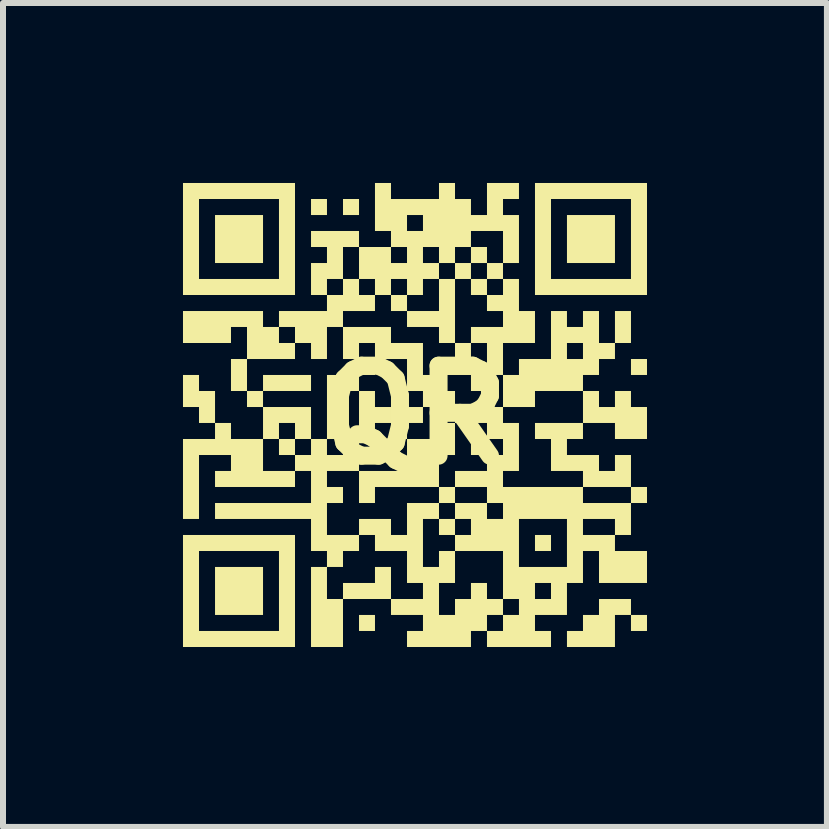
<source format=kicad_pcb>
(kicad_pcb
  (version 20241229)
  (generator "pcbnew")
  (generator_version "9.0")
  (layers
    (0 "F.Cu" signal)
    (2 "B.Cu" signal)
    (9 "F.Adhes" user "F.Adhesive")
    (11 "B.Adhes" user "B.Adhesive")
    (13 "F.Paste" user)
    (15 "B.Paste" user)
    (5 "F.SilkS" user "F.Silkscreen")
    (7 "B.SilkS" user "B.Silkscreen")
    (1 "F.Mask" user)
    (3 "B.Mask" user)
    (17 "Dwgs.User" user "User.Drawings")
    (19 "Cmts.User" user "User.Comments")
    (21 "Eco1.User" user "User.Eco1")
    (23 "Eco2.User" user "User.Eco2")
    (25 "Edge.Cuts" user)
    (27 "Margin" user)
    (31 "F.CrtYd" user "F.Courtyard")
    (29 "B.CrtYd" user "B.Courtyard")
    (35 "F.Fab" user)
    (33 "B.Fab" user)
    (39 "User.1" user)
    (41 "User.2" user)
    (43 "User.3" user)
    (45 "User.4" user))
  (footprint "QR"
    (layer "F.Cu")
    (at 3.867 3.867)
    (property "Reference" "QR" (at 0 0 0) (layer "F.SilkS") (effects (font (size 1.5 1.5) (thickness 0.3))))
    (attr board_only exclude_from_pos_files exclude_from_bom)
    (fp_poly (pts (xy -2.533 -2.933) (xy -2.533 -2.533) (xy -2.933 -2.533) (xy -3.333 -2.533) (xy -3.333 -2.933) (xy -3.333 -3.333) (xy -2.933 -3.333) (xy -2.533 -3.333)) (stroke (width 0) (type solid)) (fill yes) (layer "F.SilkS"))
    (fp_poly (pts (xy -2.533 -0.267) (xy -2.533 -0.133) (xy -2.667 -0.133) (xy -2.8 -0.133) (xy -2.8 -0.267) (xy -2.8 -0.4) (xy -2.667 -0.4) (xy -2.533 -0.4)) (stroke (width 0) (type solid)) (fill yes) (layer "F.SilkS"))
    (fp_poly (pts (xy -2.533 2.933) (xy -2.533 3.333) (xy -2.933 3.333) (xy -3.333 3.333) (xy -3.333 2.933) (xy -3.333 2.533) (xy -2.933 2.533) (xy -2.533 2.533)) (stroke (width 0) (type solid)) (fill yes) (layer "F.SilkS"))
    (fp_poly (pts (xy -2 0.533) (xy -2 0.667) (xy -2.133 0.667) (xy -2.267 0.667) (xy -2.267 0.533) (xy -2.267 0.4) (xy -2.133 0.4) (xy -2 0.4)) (stroke (width 0) (type solid)) (fill yes) (layer "F.SilkS"))
    (fp_poly (pts (xy -1.733 -0.533) (xy -1.733 -0.4) (xy -2.133 -0.4) (xy -2.533 -0.4) (xy -2.533 -0.533) (xy -2.533 -0.667) (xy -2.133 -0.667) (xy -1.733 -0.667)) (stroke (width 0) (type solid)) (fill yes) (layer "F.SilkS"))
    (fp_poly (pts (xy -1.467 -3.467) (xy -1.467 -3.333) (xy -1.6 -3.333) (xy -1.733 -3.333) (xy -1.733 -3.467) (xy -1.733 -3.6) (xy -1.6 -3.6) (xy -1.467 -3.6)) (stroke (width 0) (type solid)) (fill yes) (layer "F.SilkS"))
    (fp_poly (pts (xy -0.933 -3.467) (xy -0.933 -3.333) (xy -1.067 -3.333) (xy -1.2 -3.333) (xy -1.2 -3.467) (xy -1.2 -3.6) (xy -1.067 -3.6) (xy -0.933 -3.6)) (stroke (width 0) (type solid)) (fill yes) (layer "F.SilkS"))
    (fp_poly (pts (xy -0.667 3.467) (xy -0.667 3.6) (xy -0.8 3.6) (xy -0.933 3.6) (xy -0.933 3.467) (xy -0.933 3.333) (xy -0.8 3.333) (xy -0.667 3.333)) (stroke (width 0) (type solid)) (fill yes) (layer "F.SilkS"))
    (fp_poly (pts (xy 0.667 1.333) (xy 0.667 1.467) (xy 0.533 1.467) (xy 0.4 1.467) (xy 0.4 1.333) (xy 0.4 1.2) (xy 0.533 1.2) (xy 0.667 1.2)) (stroke (width 0) (type solid)) (fill yes) (layer "F.SilkS"))
    (fp_poly (pts (xy 0.667 1.867) (xy 0.667 2) (xy 0.533 2) (xy 0.4 2) (xy 0.4 1.867) (xy 0.4 1.733) (xy 0.533 1.733) (xy 0.667 1.733)) (stroke (width 0) (type solid)) (fill yes) (layer "F.SilkS"))
    (fp_poly (pts (xy 1.2 -2.133) (xy 1.2 -2) (xy 1.067 -2) (xy 0.933 -2) (xy 0.933 -2.133) (xy 0.933 -2.267) (xy 1.067 -2.267) (xy 1.2 -2.267)) (stroke (width 0) (type solid)) (fill yes) (layer "F.SilkS"))
    (fp_poly (pts (xy 1.2 -0.533) (xy 1.2 -0.4) (xy 1.067 -0.4) (xy 0.933 -0.4) (xy 0.933 -0.533) (xy 0.933 -0.667) (xy 1.067 -0.667) (xy 1.2 -0.667)) (stroke (width 0) (type solid)) (fill yes) (layer "F.SilkS"))
    (fp_poly (pts (xy 1.2 0.533) (xy 1.2 0.667) (xy 1.067 0.667) (xy 0.933 0.667) (xy 0.933 0.533) (xy 0.933 0.4) (xy 1.067 0.4) (xy 1.2 0.4)) (stroke (width 0) (type solid)) (fill yes) (layer "F.SilkS"))
    (fp_poly (pts (xy 2.267 2.133) (xy 2.267 2.267) (xy 2.133 2.267) (xy 2 2.267) (xy 2 2.133) (xy 2 2) (xy 2.133 2) (xy 2.267 2)) (stroke (width 0) (type solid)) (fill yes) (layer "F.SilkS"))
    (fp_poly (pts (xy 3.333 -2.933) (xy 3.333 -2.533) (xy 2.933 -2.533) (xy 2.533 -2.533) (xy 2.533 -2.933) (xy 2.533 -3.333) (xy 2.933 -3.333) (xy 3.333 -3.333)) (stroke (width 0) (type solid)) (fill yes) (layer "F.SilkS"))
    (fp_poly (pts (xy 3.867 -0.8) (xy 3.867 -0.667) (xy 3.733 -0.667) (xy 3.6 -0.667) (xy 3.6 -0.8) (xy 3.6 -0.933) (xy 3.733 -0.933) (xy 3.867 -0.933)) (stroke (width 0) (type solid)) (fill yes) (layer "F.SilkS"))
    (fp_poly (pts (xy 3.867 3.467) (xy 3.867 3.6) (xy 3.733 3.6) (xy 3.6 3.6) (xy 3.6 3.467) (xy 3.6 3.333) (xy 3.733 3.333) (xy 3.867 3.333)) (stroke (width 0) (type solid)) (fill yes) (layer "F.SilkS"))
    (fp_poly (pts (xy -3.6 -0.533) (xy -3.6 -0.4) (xy -3.467 -0.4) (xy -3.333 -0.4) (xy -3.333 -0.133) (xy -3.333 0.133) (xy -3.467 0.133) (xy -3.6 0.133) (xy -3.6 0) (xy -3.6 -0.133) (xy -3.733 -0.133) (xy -3.867 -0.133) (xy -3.867 -0.4) (xy -3.867 -0.667) (xy -3.733 -0.667) (xy -3.6 -0.667)) (stroke (width 0) (type solid)) (fill yes) (layer "F.SilkS"))
    (fp_poly (pts (xy -2 -2.933) (xy -2 -2) (xy -2.933 -2) (xy -3.867 -2) (xy -3.867 -2.933) (xy -3.867 -3.6) (xy -3.6 -3.6) (xy -3.6 -2.933) (xy -3.6 -2.267) (xy -2.933 -2.267) (xy -2.267 -2.267) (xy -2.267 -2.933) (xy -2.267 -3.6) (xy -2.933 -3.6) (xy -3.6 -3.6) (xy -3.867 -3.6) (xy -3.867 -3.867) (xy -2.933 -3.867) (xy -2 -3.867)) (stroke (width 0) (type solid)) (fill yes) (layer "F.SilkS"))
    (fp_poly (pts (xy -2 2.933) (xy -2 3.867) (xy -2.933 3.867) (xy -3.867 3.867) (xy -3.867 2.933) (xy -3.867 2.267) (xy -3.6 2.267) (xy -3.6 2.933) (xy -3.6 3.6) (xy -2.933 3.6) (xy -2.267 3.6) (xy -2.267 2.933) (xy -2.267 2.267) (xy -2.933 2.267) (xy -3.6 2.267) (xy -3.867 2.267) (xy -3.867 2) (xy -2.933 2) (xy -2 2)) (stroke (width 0) (type solid)) (fill yes) (layer "F.SilkS"))
    (fp_poly (pts (xy 3.867 -2.933) (xy 3.867 -2) (xy 2.933 -2) (xy 2 -2) (xy 2 -2.933) (xy 2 -3.6) (xy 2.267 -3.6) (xy 2.267 -2.933) (xy 2.267 -2.267) (xy 2.933 -2.267) (xy 3.6 -2.267) (xy 3.6 -2.933) (xy 3.6 -3.6) (xy 2.933 -3.6) (xy 2.267 -3.6) (xy 2 -3.6) (xy 2 -3.867) (xy 2.933 -3.867) (xy 3.867 -3.867)) (stroke (width 0) (type solid)) (fill yes) (layer "F.SilkS"))
    (fp_poly (pts (xy 3.6 3.2) (xy 3.6 3.333) (xy 3.467 3.333) (xy 3.333 3.333) (xy 3.333 3.6) (xy 3.333 3.867) (xy 2.933 3.867) (xy 2.533 3.867) (xy 2.533 3.733) (xy 2.533 3.6) (xy 2.667 3.6) (xy 2.8 3.6) (xy 2.8 3.467) (xy 2.8 3.333) (xy 2.933 3.333) (xy 3.067 3.333) (xy 3.067 3.2) (xy 3.067 3.067) (xy 3.333 3.067) (xy 3.6 3.067)) (stroke (width 0) (type solid)) (fill yes) (layer "F.SilkS"))
    (fp_poly (pts (xy 1.2 -2.667) (xy 1.2 -2.533) (xy 1.067 -2.533) (xy 0.933 -2.533) (xy 0.933 -2.4) (xy 0.933 -2.267) (xy 0.8 -2.267) (xy 0.667 -2.267) (xy 0.667 -1.733) (xy 0.667 -1.2) (xy 0.533 -1.2) (xy 0.4 -1.2) (xy 0.4 -1.333) (xy 0.4 -1.467) (xy 0.133 -1.467) (xy -0.133 -1.467) (xy -0.133 -1.6) (xy -0.133 -1.733) (xy -0.267 -1.733) (xy -0.4 -1.733) (xy -0.4 -1.867) (xy -0.4 -2) (xy -0.267 -2) (xy -0.133 -2) (xy -0.133 -1.867) (xy -0.133 -1.733) (xy 0.133 -1.733) (xy 0.4 -1.733) (xy 0.4 -2) (xy 0.4 -2.267) (xy 0.533 -2.267) (xy 0.667 -2.267) (xy 0.667 -2.4) (xy 0.667 -2.533) (xy 0.8 -2.533) (xy 0.933 -2.533) (xy 0.933 -2.667) (xy 0.933 -2.8) (xy 1.067 -2.8) (xy 1.2 -2.8)) (stroke (width 0) (type solid)) (fill yes) (layer "F.SilkS"))
    (fp_poly (pts (xy 1.733 -2) (xy 1.733 -1.733) (xy 1.867 -1.733) (xy 2 -1.733) (xy 2 -1.467) (xy 2 -1.2) (xy 1.733 -1.2) (xy 1.467 -1.2) (xy 1.467 -0.933) (xy 1.467 -0.667) (xy 1.6 -0.667) (xy 1.733 -0.667) (xy 1.733 -0.8) (xy 1.733 -0.933) (xy 2 -0.933) (xy 2.267 -0.933) (xy 2.267 -1.2) (xy 2.533 -1.2) (xy 2.533 -1.067) (xy 2.533 -0.933) (xy 2.667 -0.933) (xy 2.8 -0.933) (xy 2.8 -1.067) (xy 2.8 -1.2) (xy 2.667 -1.2) (xy 2.533 -1.2) (xy 2.267 -1.2) (xy 2.267 -1.333) (xy 2.267 -1.733) (xy 2.4 -1.733) (xy 2.533 -1.733) (xy 2.533 -1.6) (xy 2.533 -1.467) (xy 2.667 -1.467) (xy 2.8 -1.467) (xy 2.8 -1.6) (xy 2.8 -1.733) (xy 2.933 -1.733) (xy 3.067 -1.733) (xy 3.067 -1.467) (xy 3.067 -1.2) (xy 3.2 -1.2) (xy 3.333 -1.2) (xy 3.333 -1.467) (xy 3.333 -1.733) (xy 3.467 -1.733) (xy 3.6 -1.733) (xy 3.6 -1.467) (xy 3.6 -1.2) (xy 3.467 -1.2) (xy 3.333 -1.2) (xy 3.333 -1.067) (xy 3.333 -0.933) (xy 3.2 -0.933) (xy 3.067 -0.933) (xy 3.067 -0.8) (xy 3.067 -0.667) (xy 2.933 -0.667) (xy 2.8 -0.667) (xy 2.8 -0.533) (xy 2.8 -0.4) (xy 2.4 -0.4) (xy 2 -0.4) (xy 2 -0.267) (xy 2 -0.133) (xy 1.733 -0.133) (xy 1.467 -0.133) (xy 1.467 -0.4) (xy 1.467 -0.667) (xy 1.333 -0.667) (xy 1.2 -0.667) (xy 1.2 -0.933) (xy 1.2 -1.2) (xy 1.067 -1.2) (xy 0.933 -1.2) (xy 0.933 -1.333) (xy 0.933 -1.467) (xy 1.2 -1.467) (xy 1.467 -1.467) (xy 1.467 -1.6) (xy 1.467 -1.733) (xy 1.333 -1.733) (xy 1.2 -1.733) (xy 1.2 -1.867) (xy 1.2 -2) (xy 1.333 -2) (xy 1.467 -2) (xy 1.467 -2.133) (xy 1.467 -2.267) (xy 1.6 -2.267) (xy 1.733 -2.267)) (stroke (width 0) (type solid)) (fill yes) (layer "F.SilkS"))
    (fp_poly (pts (xy -0.4 -1.333) (xy -0.4 -1.2) (xy -0.133 -1.2) (xy 0.133 -1.2) (xy 0.133 -0.933) (xy 0.133 -0.667) (xy 0.267 -0.667) (xy 0.4 -0.667) (xy 0.4 -0.8) (xy 0.4 -0.933) (xy 0.533 -0.933) (xy 0.667 -0.933) (xy 0.667 -1.067) (xy 0.667 -1.2) (xy 0.8 -1.2) (xy 0.933 -1.2) (xy 0.933 -0.933) (xy 0.933 -0.667) (xy 0.667 -0.667) (xy 0.4 -0.667) (xy 0.4 -0.533) (xy 0.4 -0.4) (xy 0.533 -0.4) (xy 0.667 -0.4) (xy 0.667 -0.267) (xy 0.667 -0.133) (xy 0.4 -0.133) (xy 0.133 -0.133) (xy 0.133 0) (xy 0.133 0.133) (xy 0 0.133) (xy -0.133 0.133) (xy -0.133 0.267) (xy -0.133 0.4) (xy 0.133 0.4) (xy 0.4 0.4) (xy 0.4 0.267) (xy 0.4 0.133) (xy 0.533 0.133) (xy 0.667 0.133) (xy 0.667 0.4) (xy 0.667 0.667) (xy 0.533 0.667) (xy 0.4 0.667) (xy 0.4 0.933) (xy 0.4 1.2) (xy -0.133 1.2) (xy -0.667 1.2) (xy -0.667 1.333) (xy -0.667 1.467) (xy -0.8 1.467) (xy -0.933 1.467) (xy -0.933 1.2) (xy -0.933 0.933) (xy -0.533 0.933) (xy -0.133 0.933) (xy -0.133 0.667) (xy -0.133 0.4) (xy -0.267 0.4) (xy -0.4 0.4) (xy -0.4 0.533) (xy -0.4 0.667) (xy -0.533 0.667) (xy -0.667 0.667) (xy -0.667 0.533) (xy -0.667 0.4) (xy -0.8 0.4) (xy -0.933 0.4) (xy -0.933 0) (xy -0.933 -0.4) (xy -0.8 -0.4) (xy -0.667 -0.4) (xy -0.667 -0.267) (xy -0.667 -0.133) (xy -0.533 -0.133) (xy -0.4 -0.133) (xy -0.4 0) (xy -0.4 0.133) (xy -0.533 0.133) (xy -0.667 0.133) (xy -0.667 0.267) (xy -0.667 0.4) (xy -0.533 0.4) (xy -0.4 0.4) (xy -0.4 0.267) (xy -0.4 0.133) (xy -0.267 0.133) (xy -0.133 0.133) (xy -0.133 0) (xy -0.133 -0.133) (xy 0 -0.133) (xy 0.133 -0.133) (xy 0.133 -0.267) (xy 0.133 -0.4) (xy 0 -0.4) (xy -0.133 -0.4) (xy -0.133 -0.667) (xy -0.133 -0.933) (xy -0.4 -0.933) (xy -0.667 -0.933) (xy -0.667 -0.8) (xy -0.667 -0.667) (xy -0.8 -0.667) (xy -0.933 -0.667) (xy -0.933 -0.533) (xy -0.933 -0.4) (xy -1.067 -0.4) (xy -1.2 -0.4) (xy -1.2 0) (xy -1.2 0.4) (xy -1.333 0.4) (xy -1.467 0.4) (xy -1.467 -0.133) (xy -1.467 -0.667) (xy -1.2 -0.667) (xy -0.933 -0.667) (xy -0.933 -0.8) (xy -0.933 -0.933) (xy -1.067 -0.933) (xy -1.2 -0.933) (xy -1.2 -1.2) (xy -0.933 -1.2) (xy -0.933 -1.067) (xy -0.933 -0.933) (xy -0.8 -0.933) (xy -0.667 -0.933) (xy -0.667 -1.067) (xy -0.667 -1.2) (xy -0.8 -1.2) (xy -0.933 -1.2) (xy -1.2 -1.2) (xy -1.2 -1.467) (xy -0.8 -1.467) (xy -0.4 -1.467)) (stroke (width 0) (type solid)) (fill yes) (layer "F.SilkS"))
    (fp_poly (pts (xy -0.4 -3.733) (xy -0.4 -3.6) (xy 0 -3.6) (xy 0.4 -3.6) (xy 0.4 -3.733) (xy 0.4 -3.867) (xy 0.533 -3.867) (xy 0.667 -3.867) (xy 0.667 -3.733) (xy 0.667 -3.6) (xy 0.8 -3.6) (xy 0.933 -3.6) (xy 0.933 -3.467) (xy 0.933 -3.333) (xy 1.067 -3.333) (xy 1.2 -3.333) (xy 1.2 -3.6) (xy 1.2 -3.867) (xy 1.467 -3.867) (xy 1.733 -3.867) (xy 1.733 -3.733) (xy 1.733 -3.6) (xy 1.6 -3.6) (xy 1.467 -3.6) (xy 1.467 -3.467) (xy 1.467 -3.333) (xy 1.6 -3.333) (xy 1.733 -3.333) (xy 1.733 -2.933) (xy 1.733 -2.533) (xy 1.6 -2.533) (xy 1.467 -2.533) (xy 1.467 -2.4) (xy 1.467 -2.267) (xy 1.333 -2.267) (xy 1.2 -2.267) (xy 1.2 -2.4) (xy 1.2 -2.533) (xy 1.333 -2.533) (xy 1.467 -2.533) (xy 1.467 -2.8) (xy 1.467 -3.067) (xy 1.2 -3.067) (xy 0.933 -3.067) (xy 0.933 -2.933) (xy 0.933 -2.8) (xy 0.8 -2.8) (xy 0.667 -2.8) (xy 0.667 -2.667) (xy 0.667 -2.533) (xy 0.533 -2.533) (xy 0.4 -2.533) (xy 0.4 -2.667) (xy 0.4 -2.8) (xy 0.267 -2.8) (xy 0.133 -2.8) (xy 0.133 -2.667) (xy 0.133 -2.533) (xy 0.267 -2.533) (xy 0.4 -2.533) (xy 0.4 -2.4) (xy 0.4 -2.267) (xy 0.267 -2.267) (xy 0.133 -2.267) (xy 0.133 -2.133) (xy 0.133 -2) (xy 0 -2) (xy -0.133 -2) (xy -0.133 -2.133) (xy -0.133 -2.267) (xy -0.267 -2.267) (xy -0.4 -2.267) (xy -0.4 -2.133) (xy -0.4 -2) (xy -0.533 -2) (xy -0.667 -2) (xy -0.667 -2.133) (xy -0.667 -2.267) (xy -0.8 -2.267) (xy -0.933 -2.267) (xy -0.933 -2.133) (xy -0.933 -2) (xy -0.8 -2) (xy -0.667 -2) (xy -0.667 -1.867) (xy -0.667 -1.733) (xy -0.933 -1.733) (xy -1.2 -1.733) (xy -1.2 -1.6) (xy -1.2 -1.467) (xy -1.333 -1.467) (xy -1.467 -1.467) (xy -1.467 -1.2) (xy -1.467 -0.933) (xy -1.6 -0.933) (xy -1.733 -0.933) (xy -1.733 -1.067) (xy -1.733 -1.2) (xy -1.867 -1.2) (xy -2 -1.2) (xy -2 -1.067) (xy -2 -0.933) (xy -2.4 -0.933) (xy -2.8 -0.933) (xy -2.8 -0.667) (xy -2.8 -0.4) (xy -2.933 -0.4) (xy -3.067 -0.4) (xy -3.067 -0.667) (xy -3.067 -0.933) (xy -2.933 -0.933) (xy -2.8 -0.933) (xy -2.8 -1.2) (xy -2.8 -1.467) (xy -2.933 -1.467) (xy -3.067 -1.467) (xy -3.067 -1.333) (xy -3.067 -1.2) (xy -3.467 -1.2) (xy -3.867 -1.2) (xy -3.867 -1.467) (xy -3.867 -1.733) (xy -3.2 -1.733) (xy -2.533 -1.733) (xy -2.533 -1.6) (xy -2.533 -1.467) (xy -2.4 -1.467) (xy -2.267 -1.467) (xy -2.267 -1.333) (xy -2.267 -1.2) (xy -2.133 -1.2) (xy -2 -1.2) (xy -2 -1.333) (xy -2 -1.467) (xy -2.133 -1.467) (xy -2.267 -1.467) (xy -2.267 -1.6) (xy -2.267 -1.733) (xy -1.867 -1.733) (xy -1.467 -1.733) (xy -1.467 -1.867) (xy -1.467 -2) (xy -1.333 -2) (xy -1.2 -2) (xy -1.2 -2.133) (xy -1.2 -2.267) (xy -1.067 -2.267) (xy -0.933 -2.267) (xy -0.933 -2.533) (xy -0.933 -2.8) (xy -1.067 -2.8) (xy -1.2 -2.8) (xy -1.2 -2.533) (xy -1.2 -2.267) (xy -1.333 -2.267) (xy -1.467 -2.267) (xy -1.467 -2.133) (xy -1.467 -2) (xy -1.6 -2) (xy -1.733 -2) (xy -1.733 -2.267) (xy -1.733 -2.533) (xy -1.6 -2.533) (xy -1.467 -2.533) (xy -1.467 -2.667) (xy -1.467 -2.8) (xy -1.6 -2.8) (xy -1.733 -2.8) (xy -1.733 -2.933) (xy -1.733 -3.067) (xy -1.333 -3.067) (xy -0.933 -3.067) (xy -0.933 -2.933) (xy -0.933 -2.8) (xy -0.667 -2.8) (xy -0.4 -2.8) (xy -0.4 -2.667) (xy -0.4 -2.533) (xy -0.267 -2.533) (xy -0.133 -2.533) (xy -0.133 -2.667) (xy -0.133 -2.8) (xy -0.267 -2.8) (xy -0.4 -2.8) (xy -0.4 -2.933) (xy -0.4 -3.067) (xy -0.533 -3.067) (xy -0.667 -3.067) (xy -0.667 -3.333) (xy -0.133 -3.333) (xy -0.133 -3.2) (xy -0.133 -3.067) (xy 0 -3.067) (xy 0.133 -3.067) (xy 0.133 -3.2) (xy 0.133 -3.333) (xy 0 -3.333) (xy -0.133 -3.333) (xy -0.667 -3.333) (xy -0.667 -3.467) (xy -0.667 -3.867) (xy -0.533 -3.867) (xy -0.4 -3.867)) (stroke (width 0) (type solid)) (fill yes) (layer "F.SilkS"))
    (fp_poly (pts (xy 3.067 -0.267) (xy 3.067 -0.133) (xy 3.2 -0.133) (xy 3.333 -0.133) (xy 3.333 -0.267) (xy 3.333 -0.4) (xy 3.467 -0.4) (xy 3.6 -0.4) (xy 3.6 -0.267) (xy 3.6 -0.133) (xy 3.733 -0.133) (xy 3.867 -0.133) (xy 3.867 0.133) (xy 3.867 0.4) (xy 3.6 0.4) (xy 3.333 0.4) (xy 3.333 0.267) (xy 3.333 0.133) (xy 3.067 0.133) (xy 2.8 0.133) (xy 2.8 0.267) (xy 2.8 0.4) (xy 2.667 0.4) (xy 2.533 0.4) (xy 2.533 0.533) (xy 2.533 0.667) (xy 2.8 0.667) (xy 3.067 0.667) (xy 3.067 0.8) (xy 3.067 0.933) (xy 3.2 0.933) (xy 3.333 0.933) (xy 3.333 0.8) (xy 3.333 0.667) (xy 3.467 0.667) (xy 3.6 0.667) (xy 3.6 0.933) (xy 3.6 1.2) (xy 3.2 1.2) (xy 2.8 1.2) (xy 2.8 1.333) (xy 2.8 1.467) (xy 3.2 1.467) (xy 3.6 1.467) (xy 3.6 1.333) (xy 3.6 1.2) (xy 3.733 1.2) (xy 3.867 1.2) (xy 3.867 1.333) (xy 3.867 1.467) (xy 3.733 1.467) (xy 3.6 1.467) (xy 3.6 1.733) (xy 3.6 2) (xy 3.467 2) (xy 3.333 2) (xy 3.333 2.133) (xy 3.333 2.267) (xy 3.6 2.267) (xy 3.867 2.267) (xy 3.867 2.533) (xy 3.867 2.8) (xy 3.467 2.8) (xy 3.067 2.8) (xy 3.067 2.533) (xy 3.067 2.267) (xy 2.933 2.267) (xy 2.8 2.267) (xy 2.8 2.533) (xy 2.8 2.8) (xy 2.667 2.8) (xy 2.533 2.8) (xy 2.533 3.067) (xy 2.533 3.333) (xy 2.267 3.333) (xy 2 3.333) (xy 2 3.467) (xy 2 3.6) (xy 2.133 3.6) (xy 2.267 3.6) (xy 2.267 3.733) (xy 2.267 3.867) (xy 1.733 3.867) (xy 1.2 3.867) (xy 1.2 3.733) (xy 1.2 3.6) (xy 1.333 3.6) (xy 1.467 3.6) (xy 1.467 3.467) (xy 1.467 3.333) (xy 1.6 3.333) (xy 1.733 3.333) (xy 1.733 3.2) (xy 1.733 3.067) (xy 1.6 3.067) (xy 1.467 3.067) (xy 1.467 3.2) (xy 1.467 3.333) (xy 1.333 3.333) (xy 1.2 3.333) (xy 1.2 3.467) (xy 1.2 3.6) (xy 1.067 3.6) (xy 0.933 3.6) (xy 0.933 3.733) (xy 0.933 3.867) (xy 0.4 3.867) (xy -0.133 3.867) (xy -0.133 3.733) (xy -0.133 3.6) (xy 0 3.6) (xy 0.133 3.6) (xy 0.133 3.467) (xy 0.133 3.333) (xy 0.4 3.333) (xy 0.533 3.333) (xy 0.667 3.333) (xy 0.667 3.2) (xy 0.667 3.067) (xy 0.8 3.067) (xy 0.933 3.067) (xy 0.933 2.933) (xy 0.933 2.8) (xy 1.067 2.8) (xy 1.2 2.8) (xy 1.2 2.933) (xy 1.2 3.067) (xy 1.333 3.067) (xy 1.467 3.067) (xy 1.467 2.8) (xy 2 2.8) (xy 2 2.933) (xy 2 3.067) (xy 2.133 3.067) (xy 2.267 3.067) (xy 2.267 2.933) (xy 2.267 2.8) (xy 2.133 2.8) (xy 2 2.8) (xy 1.467 2.8) (xy 1.467 2.667) (xy 1.467 2.267) (xy 1.067 2.267) (xy 0.667 2.267) (xy 0.667 2.533) (xy 0.667 2.8) (xy 0.533 2.8) (xy 0.4 2.8) (xy 0.4 3.067) (xy 0.4 3.333) (xy 0.133 3.333) (xy -0.133 3.333) (xy -0.4 3.333) (xy -0.4 3.2) (xy -0.4 3.067) (xy -0.8 3.067) (xy -1.2 3.067) (xy -1.2 3.467) (xy -1.2 3.867) (xy -1.467 3.867) (xy -1.733 3.867) (xy -1.733 3.2) (xy -1.733 3.067) (xy -1.467 3.067) (xy -1.333 3.067) (xy -1.2 3.067) (xy -1.2 2.933) (xy -1.2 2.8) (xy -0.933 2.8) (xy -0.667 2.8) (xy -0.667 2.667) (xy -0.667 2.533) (xy -0.533 2.533) (xy -0.4 2.533) (xy -0.4 2.8) (xy -0.4 3.067) (xy -0.133 3.067) (xy 0.133 3.067) (xy 0.133 2.933) (xy 0.133 2.8) (xy 0 2.8) (xy -0.133 2.8) (xy -0.133 2.533) (xy -0.133 2.267) (xy -0.4 2.267) (xy -0.667 2.267) (xy -0.667 2.133) (xy -0.667 2) (xy -0.8 2) (xy -0.933 2) (xy -0.933 2.133) (xy -0.933 2.267) (xy -1.067 2.267) (xy -1.2 2.267) (xy -1.2 2.4) (xy -1.2 2.533) (xy -1.333 2.533) (xy -1.467 2.533) (xy -1.467 2.8) (xy -1.467 3.067) (xy -1.733 3.067) (xy -1.733 2.533) (xy -1.6 2.533) (xy -1.467 2.533) (xy -1.467 2.4) (xy -1.467 2.267) (xy -1.6 2.267) (xy -1.733 2.267) (xy -1.733 2) (xy -1.733 1.733) (xy -2.533 1.733) (xy -3.333 1.733) (xy -3.333 1.6) (xy -3.333 1.467) (xy -2.533 1.467) (xy -1.733 1.467) (xy -1.733 1.2) (xy -1.733 0.933) (xy -1.867 0.933) (xy -2 0.933) (xy -2 1.067) (xy -2 1.2) (xy -2.667 1.2) (xy -3.333 1.2) (xy -3.333 1.067) (xy -3.333 0.933) (xy -3.2 0.933) (xy -3.067 0.933) (xy -3.067 0.8) (xy -3.067 0.667) (xy -3.333 0.667) (xy -3.6 0.667) (xy -3.6 1.2) (xy -3.6 1.733) (xy -3.733 1.733) (xy -3.867 1.733) (xy -3.867 1.067) (xy -3.867 0.4) (xy -3.6 0.4) (xy -3.333 0.4) (xy -3.333 0.267) (xy -3.333 0.133) (xy -3.2 0.133) (xy -3.067 0.133) (xy -3.067 0.267) (xy -3.067 0.4) (xy -2.8 0.4) (xy -2.533 0.4) (xy -2.533 0.133) (xy -2.533 -0.133) (xy -2.133 -0.133) (xy -1.733 -0.133) (xy -1.733 0.133) (xy -1.733 0.4) (xy -1.867 0.4) (xy -2 0.4) (xy -2 0.267) (xy -2 0.133) (xy -2.133 0.133) (xy -2.267 0.133) (xy -2.267 0.267) (xy -2.267 0.4) (xy -2.4 0.4) (xy -2.533 0.4) (xy -2.533 0.667) (xy -2.533 0.933) (xy -2.267 0.933) (xy -2 0.933) (xy -2 0.8) (xy -2 0.667) (xy -1.867 0.667) (xy -1.733 0.667) (xy -1.733 0.533) (xy -1.733 0.4) (xy -1.6 0.4) (xy -1.467 0.4) (xy -1.467 0.533) (xy -1.467 0.667) (xy -1.333 0.667) (xy -1.2 0.667) (xy -1.2 0.533) (xy -1.2 0.4) (xy -1.067 0.4) (xy -0.933 0.4) (xy -0.933 0.667) (xy -0.933 0.933) (xy -1.2 0.933) (xy -1.467 0.933) (xy -1.467 1.067) (xy -1.467 1.2) (xy -1.333 1.2) (xy -1.2 1.2) (xy -1.2 1.333) (xy -1.2 1.467) (xy -1.333 1.467) (xy -1.467 1.467) (xy -1.467 1.733) (xy -1.467 2) (xy -1.2 2) (xy -0.933 2) (xy -0.933 1.867) (xy -0.933 1.733) (xy -0.667 1.733) (xy -0.4 1.733) (xy -0.4 1.867) (xy -0.4 2) (xy -0.267 2) (xy -0.133 2) (xy -0.133 1.733) (xy -0.133 1.467) (xy 0.133 1.467) (xy 0.4 1.467) (xy 0.4 1.6) (xy 0.4 1.733) (xy 0.267 1.733) (xy 0.133 1.733) (xy 0.133 2.133) (xy 0.133 2.533) (xy 0.267 2.533) (xy 0.4 2.533) (xy 0.4 2.4) (xy 0.4 2.267) (xy 0.533 2.267) (xy 0.667 2.267) (xy 0.667 2.133) (xy 0.667 2) (xy 0.8 2) (xy 0.933 2) (xy 0.933 1.867) (xy 0.933 1.733) (xy 0.8 1.733) (xy 0.667 1.733) (xy 0.667 1.6) (xy 0.667 1.467) (xy 0.933 1.467) (xy 1.2 1.467) (xy 1.2 1.6) (xy 1.2 1.733) (xy 1.333 1.733) (xy 1.467 1.733) (xy 1.733 1.733) (xy 1.733 2.133) (xy 1.733 2.533) (xy 2.133 2.533) (xy 2.533 2.533) (xy 2.533 2.133) (xy 2.533 1.733) (xy 2.8 1.733) (xy 2.8 1.867) (xy 2.8 2) (xy 3.067 2) (xy 3.333 2) (xy 3.333 1.867) (xy 3.333 1.733) (xy 3.067 1.733) (xy 2.8 1.733) (xy 2.533 1.733) (xy 2.133 1.733) (xy 1.733 1.733) (xy 1.467 1.733) (xy 1.467 1.6) (xy 1.467 1.467) (xy 1.333 1.467) (xy 1.2 1.467) (xy 1.2 1.333) (xy 1.2 1.2) (xy 0.933 1.2) (xy 0.667 1.2) (xy 0.667 1.067) (xy 0.667 0.933) (xy 0.933 0.933) (xy 1.2 0.933) (xy 1.2 0.8) (xy 1.2 0.667) (xy 1.333 0.667) (xy 1.467 0.667) (xy 1.467 0.533) (xy 1.467 0.4) (xy 1.333 0.4) (xy 1.2 0.4) (xy 1.2 0.267) (xy 1.2 0.133) (xy 0.933 0.133) (xy 0.667 0.133) (xy 0.667 0) (xy 0.667 -0.133) (xy 1.067 -0.133) (xy 1.467 -0.133) (xy 1.467 0) (xy 1.467 0.133) (xy 1.6 0.133) (xy 1.733 0.133) (xy 1.733 0.533) (xy 1.733 0.933) (xy 1.6 0.933) (xy 1.467 0.933) (xy 1.467 1.067) (xy 1.467 1.2) (xy 2.133 1.2) (xy 2.8 1.2) (xy 2.8 1.067) (xy 2.8 0.933) (xy 2.533 0.933) (xy 2.267 0.933) (xy 2.267 0.667) (xy 2.267 0.4) (xy 2.133 0.4) (xy 2 0.4) (xy 2 0.267) (xy 2 0.133) (xy 2.4 0.133) (xy 2.8 0.133) (xy 2.8 -0.133) (xy 2.8 -0.4) (xy 2.933 -0.4) (xy 3.067 -0.4)) (stroke (width 0) (type solid)) (fill yes) (layer "F.SilkS")))
  (gr_rect
    (start -3 -3)
    (end 10.733 10.733)
    (stroke (width 0.1) (type default))
    (fill no)
    (layer "Edge.Cuts")))
</source>
